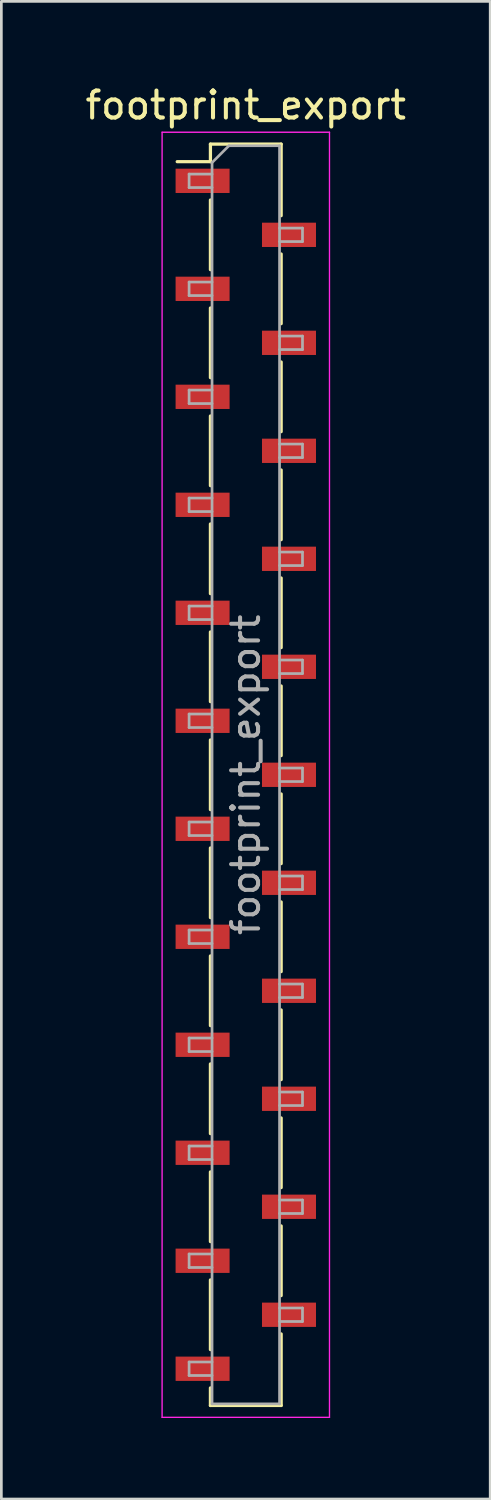
<source format=kicad_pcb>
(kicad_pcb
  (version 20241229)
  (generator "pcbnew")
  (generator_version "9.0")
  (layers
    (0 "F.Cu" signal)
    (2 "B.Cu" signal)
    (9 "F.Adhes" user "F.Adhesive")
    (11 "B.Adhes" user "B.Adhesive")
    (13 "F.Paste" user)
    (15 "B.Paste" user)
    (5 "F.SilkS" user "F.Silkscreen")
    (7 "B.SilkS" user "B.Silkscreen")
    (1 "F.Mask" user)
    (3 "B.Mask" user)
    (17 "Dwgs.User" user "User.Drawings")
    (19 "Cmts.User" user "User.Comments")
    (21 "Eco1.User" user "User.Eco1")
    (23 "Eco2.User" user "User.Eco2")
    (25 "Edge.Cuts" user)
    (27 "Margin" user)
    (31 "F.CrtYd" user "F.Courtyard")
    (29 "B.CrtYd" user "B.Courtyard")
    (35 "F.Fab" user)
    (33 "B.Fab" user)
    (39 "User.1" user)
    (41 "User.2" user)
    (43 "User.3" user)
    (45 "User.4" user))
  (footprint "footprint_export"
    (layer "F.Cu")
    (at 6.054 25.648)
    (property "Reference" "footprint_export" (at 0 -24.8 0) (layer "F.SilkS") (effects (font (size 1 1) (thickness 0.15))))
    (attr smd)
    (fp_line (start -2.54 -22.71) (end -1.31 -22.71) (stroke (width 0.12) (type solid)) (layer "F.SilkS"))
    (fp_line (start -1.31 -23.36) (end -1.31 -22.71) (stroke (width 0.12) (type solid)) (layer "F.SilkS"))
    (fp_line (start -1.31 -23.36) (end 1.31 -23.36) (stroke (width 0.12) (type solid)) (layer "F.SilkS"))
    (fp_line (start -1.31 -21.29) (end -1.31 -18.71) (stroke (width 0.12) (type solid)) (layer "F.SilkS"))
    (fp_line (start -1.31 -17.29) (end -1.31 -14.71) (stroke (width 0.12) (type solid)) (layer "F.SilkS"))
    (fp_line (start -1.31 -13.29) (end -1.31 -10.71) (stroke (width 0.12) (type solid)) (layer "F.SilkS"))
    (fp_line (start -1.31 -9.29) (end -1.31 -6.71) (stroke (width 0.12) (type solid)) (layer "F.SilkS"))
    (fp_line (start -1.31 -5.29) (end -1.31 -2.71) (stroke (width 0.12) (type solid)) (layer "F.SilkS"))
    (fp_line (start -1.31 -1.29) (end -1.31 1.29) (stroke (width 0.12) (type solid)) (layer "F.SilkS"))
    (fp_line (start -1.31 2.71) (end -1.31 5.29) (stroke (width 0.12) (type solid)) (layer "F.SilkS"))
    (fp_line (start -1.31 6.71) (end -1.31 9.29) (stroke (width 0.12) (type solid)) (layer "F.SilkS"))
    (fp_line (start -1.31 10.71) (end -1.31 13.29) (stroke (width 0.12) (type solid)) (layer "F.SilkS"))
    (fp_line (start -1.31 14.71) (end -1.31 17.29) (stroke (width 0.12) (type solid)) (layer "F.SilkS"))
    (fp_line (start -1.31 18.71) (end -1.31 21.29) (stroke (width 0.12) (type solid)) (layer "F.SilkS"))
    (fp_line (start -1.31 22.71) (end -1.31 23.36) (stroke (width 0.12) (type solid)) (layer "F.SilkS"))
    (fp_line (start -1.31 23.36) (end 1.31 23.36) (stroke (width 0.12) (type solid)) (layer "F.SilkS"))
    (fp_line (start 1.31 -23.36) (end 1.31 -20.71) (stroke (width 0.12) (type solid)) (layer "F.SilkS"))
    (fp_line (start 1.31 -19.29) (end 1.31 -16.71) (stroke (width 0.12) (type solid)) (layer "F.SilkS"))
    (fp_line (start 1.31 -15.29) (end 1.31 -12.71) (stroke (width 0.12) (type solid)) (layer "F.SilkS"))
    (fp_line (start 1.31 -11.29) (end 1.31 -8.71) (stroke (width 0.12) (type solid)) (layer "F.SilkS"))
    (fp_line (start 1.31 -7.29) (end 1.31 -4.71) (stroke (width 0.12) (type solid)) (layer "F.SilkS"))
    (fp_line (start 1.31 -3.29) (end 1.31 -0.71) (stroke (width 0.12) (type solid)) (layer "F.SilkS"))
    (fp_line (start 1.31 0.71) (end 1.31 3.29) (stroke (width 0.12) (type solid)) (layer "F.SilkS"))
    (fp_line (start 1.31 4.71) (end 1.31 7.29) (stroke (width 0.12) (type solid)) (layer "F.SilkS"))
    (fp_line (start 1.31 8.71) (end 1.31 11.29) (stroke (width 0.12) (type solid)) (layer "F.SilkS"))
    (fp_line (start 1.31 12.71) (end 1.31 15.29) (stroke (width 0.12) (type solid)) (layer "F.SilkS"))
    (fp_line (start 1.31 16.71) (end 1.31 19.29) (stroke (width 0.12) (type solid)) (layer "F.SilkS"))
    (fp_line (start 1.31 20.71) (end 1.31 23.36) (stroke (width 0.12) (type solid)) (layer "F.SilkS"))
    (fp_line (start -3.1 -23.8) (end 3.1 -23.8) (stroke (width 0.05) (type solid)) (layer "F.CrtYd"))
    (fp_line (start -3.1 23.8) (end -3.1 -23.8) (stroke (width 0.05) (type solid)) (layer "F.CrtYd"))
    (fp_line (start 3.1 -23.8) (end 3.1 23.8) (stroke (width 0.05) (type solid)) (layer "F.CrtYd"))
    (fp_line (start 3.1 23.8) (end -3.1 23.8) (stroke (width 0.05) (type solid)) (layer "F.CrtYd"))
    (fp_line (start -2.1 -22.25) (end -1.25 -22.25) (stroke (width 0.1) (type solid)) (layer "F.Fab"))
    (fp_line (start -2.1 -21.75) (end -2.1 -22.25) (stroke (width 0.1) (type solid)) (layer "F.Fab"))
    (fp_line (start -2.1 -18.25) (end -1.25 -18.25) (stroke (width 0.1) (type solid)) (layer "F.Fab"))
    (fp_line (start -2.1 -17.75) (end -2.1 -18.25) (stroke (width 0.1) (type solid)) (layer "F.Fab"))
    (fp_line (start -2.1 -14.25) (end -1.25 -14.25) (stroke (width 0.1) (type solid)) (layer "F.Fab"))
    (fp_line (start -2.1 -13.75) (end -2.1 -14.25) (stroke (width 0.1) (type solid)) (layer "F.Fab"))
    (fp_line (start -2.1 -10.25) (end -1.25 -10.25) (stroke (width 0.1) (type solid)) (layer "F.Fab"))
    (fp_line (start -2.1 -9.75) (end -2.1 -10.25) (stroke (width 0.1) (type solid)) (layer "F.Fab"))
    (fp_line (start -2.1 -6.25) (end -1.25 -6.25) (stroke (width 0.1) (type solid)) (layer "F.Fab"))
    (fp_line (start -2.1 -5.75) (end -2.1 -6.25) (stroke (width 0.1) (type solid)) (layer "F.Fab"))
    (fp_line (start -2.1 -2.25) (end -1.25 -2.25) (stroke (width 0.1) (type solid)) (layer "F.Fab"))
    (fp_line (start -2.1 -1.75) (end -2.1 -2.25) (stroke (width 0.1) (type solid)) (layer "F.Fab"))
    (fp_line (start -2.1 1.75) (end -1.25 1.75) (stroke (width 0.1) (type solid)) (layer "F.Fab"))
    (fp_line (start -2.1 2.25) (end -2.1 1.75) (stroke (width 0.1) (type solid)) (layer "F.Fab"))
    (fp_line (start -2.1 5.75) (end -1.25 5.75) (stroke (width 0.1) (type solid)) (layer "F.Fab"))
    (fp_line (start -2.1 6.25) (end -2.1 5.75) (stroke (width 0.1) (type solid)) (layer "F.Fab"))
    (fp_line (start -2.1 9.75) (end -1.25 9.75) (stroke (width 0.1) (type solid)) (layer "F.Fab"))
    (fp_line (start -2.1 10.25) (end -2.1 9.75) (stroke (width 0.1) (type solid)) (layer "F.Fab"))
    (fp_line (start -2.1 13.75) (end -1.25 13.75) (stroke (width 0.1) (type solid)) (layer "F.Fab"))
    (fp_line (start -2.1 14.25) (end -2.1 13.75) (stroke (width 0.1) (type solid)) (layer "F.Fab"))
    (fp_line (start -2.1 17.75) (end -1.25 17.75) (stroke (width 0.1) (type solid)) (layer "F.Fab"))
    (fp_line (start -2.1 18.25) (end -2.1 17.75) (stroke (width 0.1) (type solid)) (layer "F.Fab"))
    (fp_line (start -2.1 21.75) (end -1.25 21.75) (stroke (width 0.1) (type solid)) (layer "F.Fab"))
    (fp_line (start -2.1 22.25) (end -2.1 21.75) (stroke (width 0.1) (type solid)) (layer "F.Fab"))
    (fp_line (start -1.25 -22.675) (end -0.625 -23.3) (stroke (width 0.1) (type solid)) (layer "F.Fab"))
    (fp_line (start -1.25 -21.75) (end -2.1 -21.75) (stroke (width 0.1) (type solid)) (layer "F.Fab"))
    (fp_line (start -1.25 -17.75) (end -2.1 -17.75) (stroke (width 0.1) (type solid)) (layer "F.Fab"))
    (fp_line (start -1.25 -13.75) (end -2.1 -13.75) (stroke (width 0.1) (type solid)) (layer "F.Fab"))
    (fp_line (start -1.25 -9.75) (end -2.1 -9.75) (stroke (width 0.1) (type solid)) (layer "F.Fab"))
    (fp_line (start -1.25 -5.75) (end -2.1 -5.75) (stroke (width 0.1) (type solid)) (layer "F.Fab"))
    (fp_line (start -1.25 -1.75) (end -2.1 -1.75) (stroke (width 0.1) (type solid)) (layer "F.Fab"))
    (fp_line (start -1.25 2.25) (end -2.1 2.25) (stroke (width 0.1) (type solid)) (layer "F.Fab"))
    (fp_line (start -1.25 6.25) (end -2.1 6.25) (stroke (width 0.1) (type solid)) (layer "F.Fab"))
    (fp_line (start -1.25 10.25) (end -2.1 10.25) (stroke (width 0.1) (type solid)) (layer "F.Fab"))
    (fp_line (start -1.25 14.25) (end -2.1 14.25) (stroke (width 0.1) (type solid)) (layer "F.Fab"))
    (fp_line (start -1.25 18.25) (end -2.1 18.25) (stroke (width 0.1) (type solid)) (layer "F.Fab"))
    (fp_line (start -1.25 22.25) (end -2.1 22.25) (stroke (width 0.1) (type solid)) (layer "F.Fab"))
    (fp_line (start -1.25 23.3) (end -1.25 -22.675) (stroke (width 0.1) (type solid)) (layer "F.Fab"))
    (fp_line (start -0.625 -23.3) (end 1.25 -23.3) (stroke (width 0.1) (type solid)) (layer "F.Fab"))
    (fp_line (start 1.25 -23.3) (end 1.25 23.3) (stroke (width 0.1) (type solid)) (layer "F.Fab"))
    (fp_line (start 1.25 -20.25) (end 2.1 -20.25) (stroke (width 0.1) (type solid)) (layer "F.Fab"))
    (fp_line (start 1.25 -16.25) (end 2.1 -16.25) (stroke (width 0.1) (type solid)) (layer "F.Fab"))
    (fp_line (start 1.25 -12.25) (end 2.1 -12.25) (stroke (width 0.1) (type solid)) (layer "F.Fab"))
    (fp_line (start 1.25 -8.25) (end 2.1 -8.25) (stroke (width 0.1) (type solid)) (layer "F.Fab"))
    (fp_line (start 1.25 -4.25) (end 2.1 -4.25) (stroke (width 0.1) (type solid)) (layer "F.Fab"))
    (fp_line (start 1.25 -0.25) (end 2.1 -0.25) (stroke (width 0.1) (type solid)) (layer "F.Fab"))
    (fp_line (start 1.25 3.75) (end 2.1 3.75) (stroke (width 0.1) (type solid)) (layer "F.Fab"))
    (fp_line (start 1.25 7.75) (end 2.1 7.75) (stroke (width 0.1) (type solid)) (layer "F.Fab"))
    (fp_line (start 1.25 11.75) (end 2.1 11.75) (stroke (width 0.1) (type solid)) (layer "F.Fab"))
    (fp_line (start 1.25 15.75) (end 2.1 15.75) (stroke (width 0.1) (type solid)) (layer "F.Fab"))
    (fp_line (start 1.25 19.75) (end 2.1 19.75) (stroke (width 0.1) (type solid)) (layer "F.Fab"))
    (fp_line (start 1.25 23.3) (end -1.25 23.3) (stroke (width 0.1) (type solid)) (layer "F.Fab"))
    (fp_line (start 2.1 -20.25) (end 2.1 -19.75) (stroke (width 0.1) (type solid)) (layer "F.Fab"))
    (fp_line (start 2.1 -19.75) (end 1.25 -19.75) (stroke (width 0.1) (type solid)) (layer "F.Fab"))
    (fp_line (start 2.1 -16.25) (end 2.1 -15.75) (stroke (width 0.1) (type solid)) (layer "F.Fab"))
    (fp_line (start 2.1 -15.75) (end 1.25 -15.75) (stroke (width 0.1) (type solid)) (layer "F.Fab"))
    (fp_line (start 2.1 -12.25) (end 2.1 -11.75) (stroke (width 0.1) (type solid)) (layer "F.Fab"))
    (fp_line (start 2.1 -11.75) (end 1.25 -11.75) (stroke (width 0.1) (type solid)) (layer "F.Fab"))
    (fp_line (start 2.1 -8.25) (end 2.1 -7.75) (stroke (width 0.1) (type solid)) (layer "F.Fab"))
    (fp_line (start 2.1 -7.75) (end 1.25 -7.75) (stroke (width 0.1) (type solid)) (layer "F.Fab"))
    (fp_line (start 2.1 -4.25) (end 2.1 -3.75) (stroke (width 0.1) (type solid)) (layer "F.Fab"))
    (fp_line (start 2.1 -3.75) (end 1.25 -3.75) (stroke (width 0.1) (type solid)) (layer "F.Fab"))
    (fp_line (start 2.1 -0.25) (end 2.1 0.25) (stroke (width 0.1) (type solid)) (layer "F.Fab"))
    (fp_line (start 2.1 0.25) (end 1.25 0.25) (stroke (width 0.1) (type solid)) (layer "F.Fab"))
    (fp_line (start 2.1 3.75) (end 2.1 4.25) (stroke (width 0.1) (type solid)) (layer "F.Fab"))
    (fp_line (start 2.1 4.25) (end 1.25 4.25) (stroke (width 0.1) (type solid)) (layer "F.Fab"))
    (fp_line (start 2.1 7.75) (end 2.1 8.25) (stroke (width 0.1) (type solid)) (layer "F.Fab"))
    (fp_line (start 2.1 8.25) (end 1.25 8.25) (stroke (width 0.1) (type solid)) (layer "F.Fab"))
    (fp_line (start 2.1 11.75) (end 2.1 12.25) (stroke (width 0.1) (type solid)) (layer "F.Fab"))
    (fp_line (start 2.1 12.25) (end 1.25 12.25) (stroke (width 0.1) (type solid)) (layer "F.Fab"))
    (fp_line (start 2.1 15.75) (end 2.1 16.25) (stroke (width 0.1) (type solid)) (layer "F.Fab"))
    (fp_line (start 2.1 16.25) (end 1.25 16.25) (stroke (width 0.1) (type solid)) (layer "F.Fab"))
    (fp_line (start 2.1 19.75) (end 2.1 20.25) (stroke (width 0.1) (type solid)) (layer "F.Fab"))
    (fp_line (start 2.1 20.25) (end 1.25 20.25) (stroke (width 0.1) (type solid)) (layer "F.Fab"))
    (fp_text user "${REFERENCE}" (at 0 0 90) (layer "F.Fab") (effects (font (size 1 1) (thickness 0.15))))
    (pad "1" smd rect (at -1.6 -22) (size 2 0.9) (layers "F.Cu" "F.Mask" "F.Paste"))
    (pad "2" smd rect (at 1.6 -20) (size 2 0.9) (layers "F.Cu" "F.Mask" "F.Paste"))
    (pad "3" smd rect (at -1.6 -18) (size 2 0.9) (layers "F.Cu" "F.Mask" "F.Paste"))
    (pad "4" smd rect (at 1.6 -16) (size 2 0.9) (layers "F.Cu" "F.Mask" "F.Paste"))
    (pad "5" smd rect (at -1.6 -14) (size 2 0.9) (layers "F.Cu" "F.Mask" "F.Paste"))
    (pad "6" smd rect (at 1.6 -12) (size 2 0.9) (layers "F.Cu" "F.Mask" "F.Paste"))
    (pad "7" smd rect (at -1.6 -10) (size 2 0.9) (layers "F.Cu" "F.Mask" "F.Paste"))
    (pad "8" smd rect (at 1.6 -8) (size 2 0.9) (layers "F.Cu" "F.Mask" "F.Paste"))
    (pad "9" smd rect (at -1.6 -6) (size 2 0.9) (layers "F.Cu" "F.Mask" "F.Paste"))
    (pad "10" smd rect (at 1.6 -4) (size 2 0.9) (layers "F.Cu" "F.Mask" "F.Paste"))
    (pad "11" smd rect (at -1.6 -2) (size 2 0.9) (layers "F.Cu" "F.Mask" "F.Paste"))
    (pad "12" smd rect (at 1.6 0) (size 2 0.9) (layers "F.Cu" "F.Mask" "F.Paste"))
    (pad "13" smd rect (at -1.6 2) (size 2 0.9) (layers "F.Cu" "F.Mask" "F.Paste"))
    (pad "14" smd rect (at 1.6 4) (size 2 0.9) (layers "F.Cu" "F.Mask" "F.Paste"))
    (pad "15" smd rect (at -1.6 6) (size 2 0.9) (layers "F.Cu" "F.Mask" "F.Paste"))
    (pad "16" smd rect (at 1.6 8) (size 2 0.9) (layers "F.Cu" "F.Mask" "F.Paste"))
    (pad "17" smd rect (at -1.6 10) (size 2 0.9) (layers "F.Cu" "F.Mask" "F.Paste"))
    (pad "18" smd rect (at 1.6 12) (size 2 0.9) (layers "F.Cu" "F.Mask" "F.Paste"))
    (pad "19" smd rect (at -1.6 14) (size 2 0.9) (layers "F.Cu" "F.Mask" "F.Paste"))
    (pad "20" smd rect (at 1.6 16) (size 2 0.9) (layers "F.Cu" "F.Mask" "F.Paste"))
    (pad "21" smd rect (at -1.6 18) (size 2 0.9) (layers "F.Cu" "F.Mask" "F.Paste"))
    (pad "22" smd rect (at 1.6 20) (size 2 0.9) (layers "F.Cu" "F.Mask" "F.Paste"))
    (pad "23" smd rect (at -1.6 22) (size 2 0.9) (layers "F.Cu" "F.Mask" "F.Paste")))
  (gr_rect
    (start -3 -3)
    (end 15.107 52.473)
    (stroke (width 0.1) (type default))
    (fill no)
    (layer "Edge.Cuts")))
</source>
